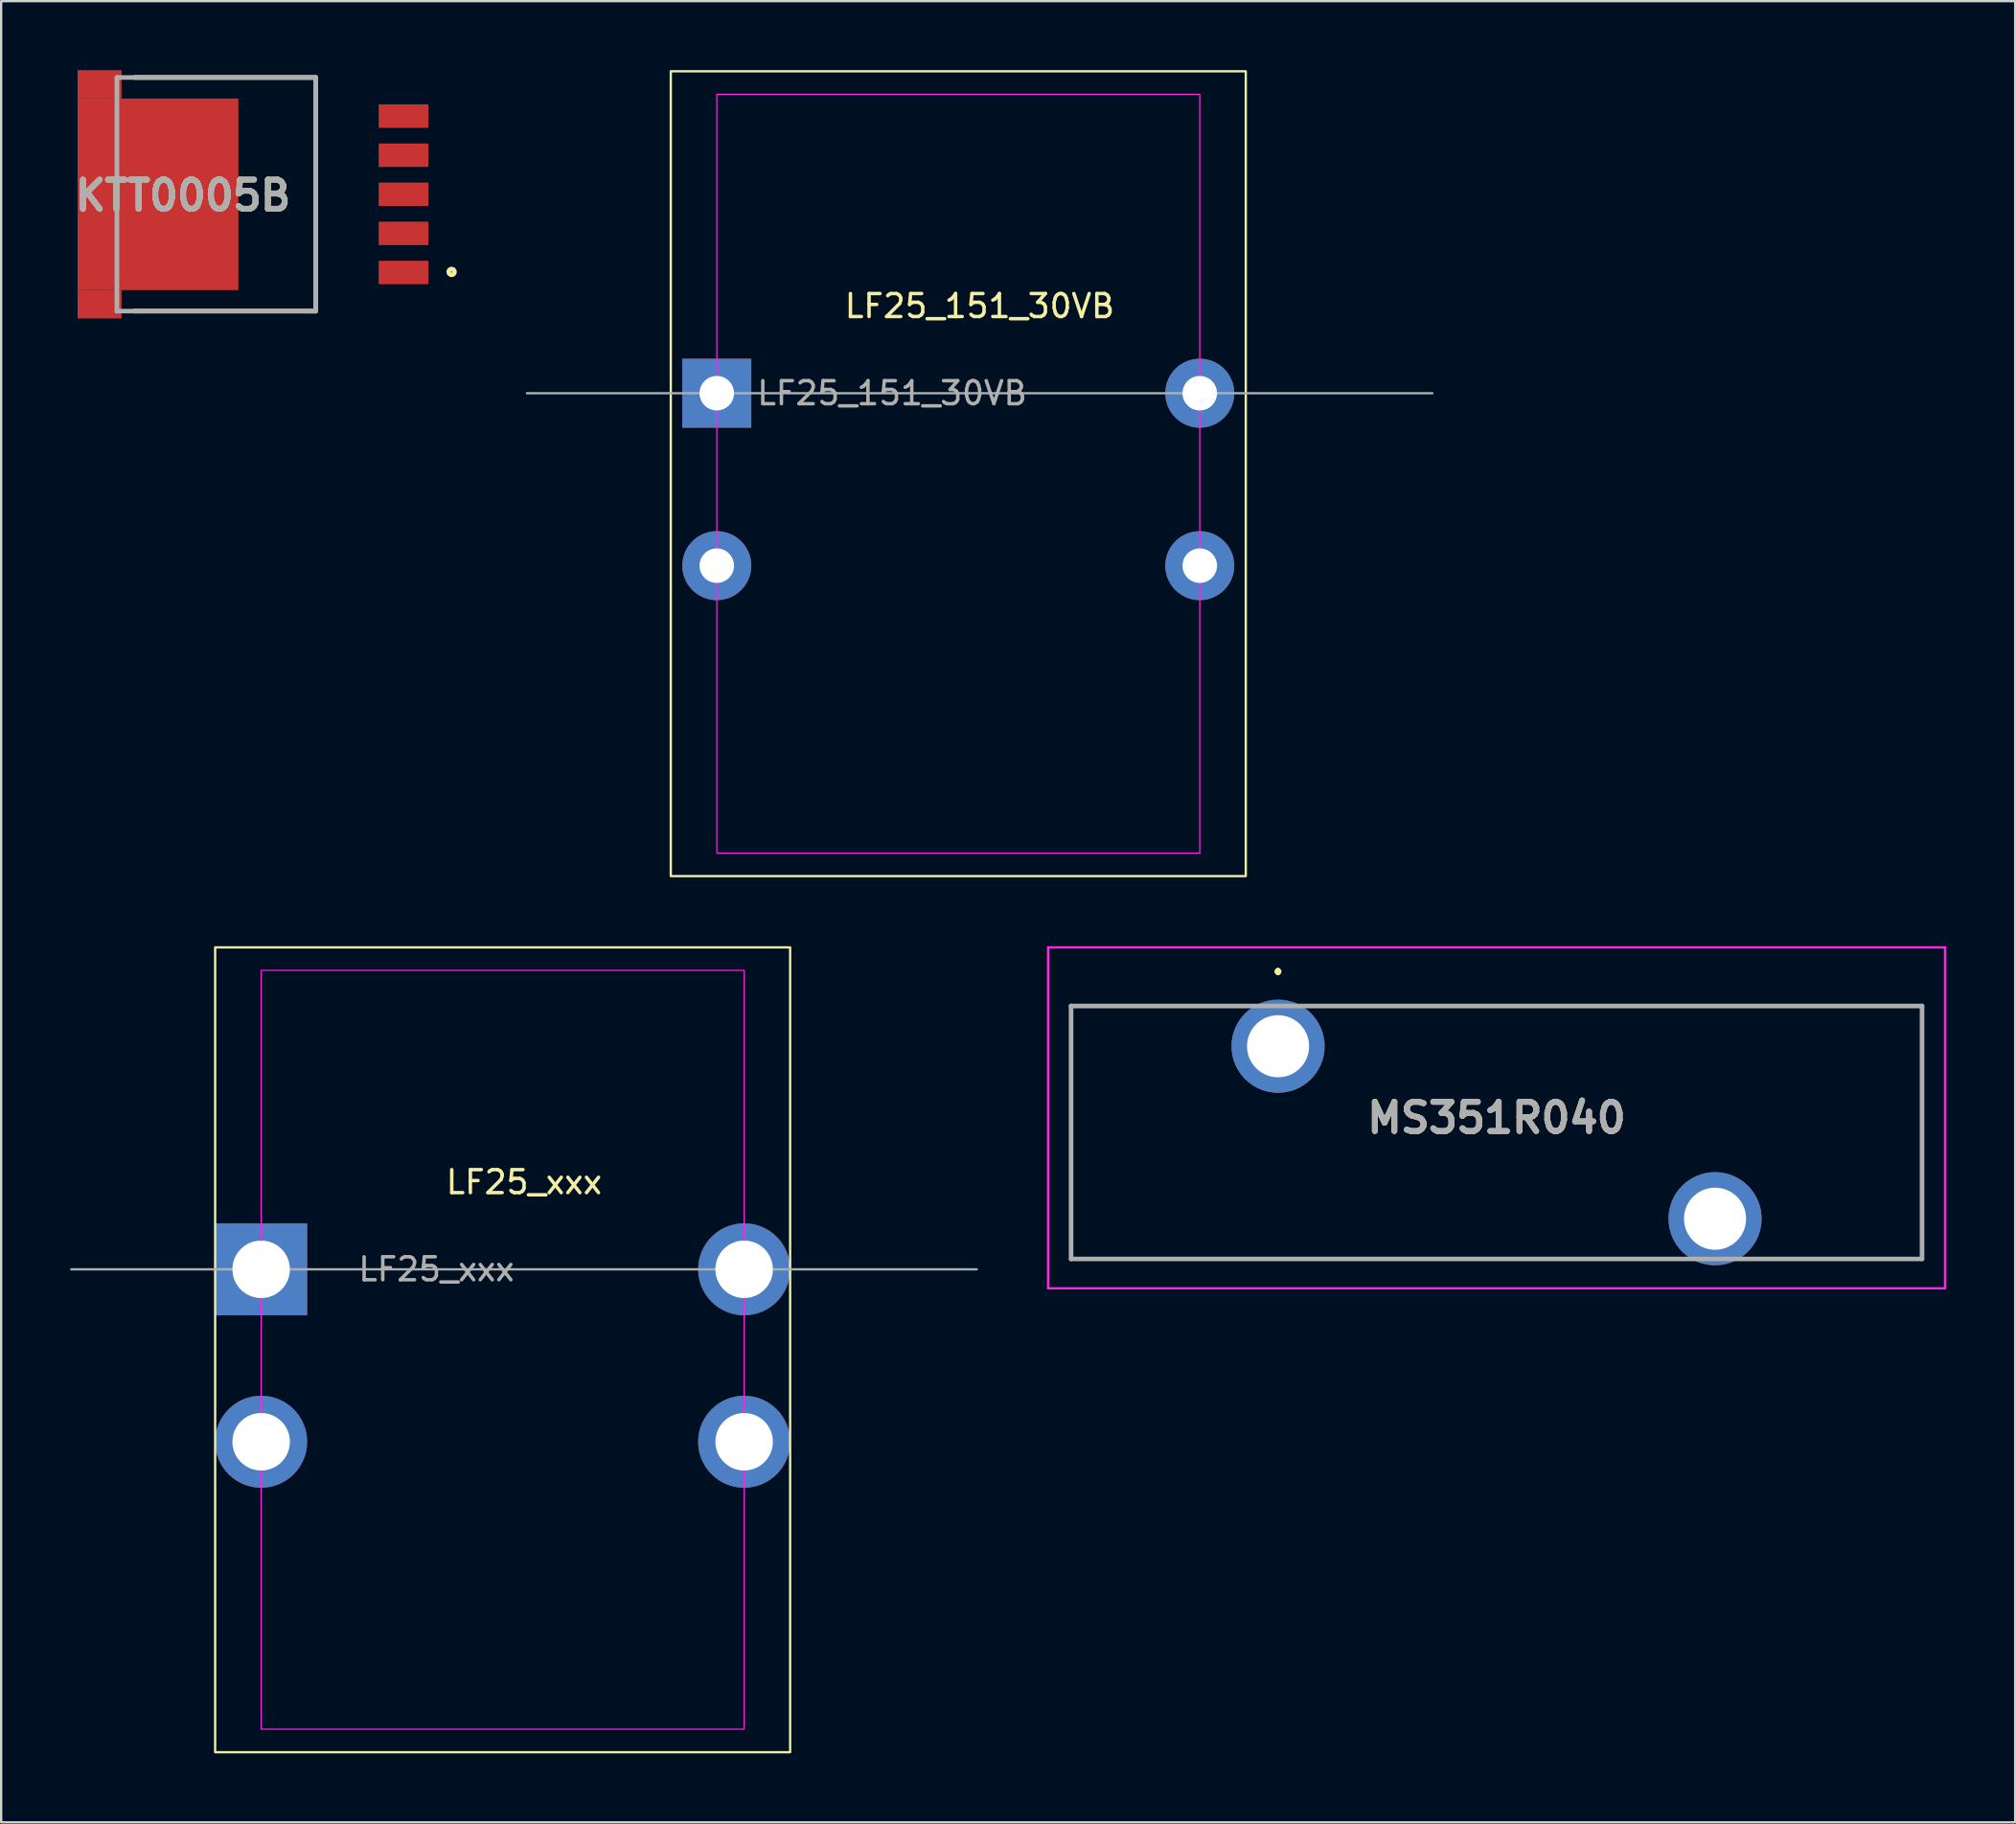
<source format=kicad_pcb>
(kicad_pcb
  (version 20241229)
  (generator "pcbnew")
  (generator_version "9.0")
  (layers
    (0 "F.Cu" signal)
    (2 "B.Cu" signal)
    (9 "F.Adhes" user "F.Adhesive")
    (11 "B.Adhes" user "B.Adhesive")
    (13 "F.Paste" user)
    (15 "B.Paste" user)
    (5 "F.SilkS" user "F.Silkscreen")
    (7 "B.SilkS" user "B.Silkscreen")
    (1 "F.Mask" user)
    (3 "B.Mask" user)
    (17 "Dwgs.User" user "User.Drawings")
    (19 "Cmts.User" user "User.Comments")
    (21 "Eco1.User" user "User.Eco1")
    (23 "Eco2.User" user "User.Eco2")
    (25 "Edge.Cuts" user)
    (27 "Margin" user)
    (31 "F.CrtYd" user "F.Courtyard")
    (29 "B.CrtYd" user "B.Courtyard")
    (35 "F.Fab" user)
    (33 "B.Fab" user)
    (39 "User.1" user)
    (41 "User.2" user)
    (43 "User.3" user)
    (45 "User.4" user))
  (footprint "LF25_xxx"
    (layer "F.Cu")
    (at 8.305 52.15)
    (property "Reference" "LF25_xxx" (at 11.43 -3.79 0) (layer "F.SilkS") (effects (font (size 1 1) (thickness 0.15))))
    (property "MF" "" (at 0 0 0) (unlocked yes) (layer "F.SilkS") (effects (font (size 1 1) (thickness 0.1))))
    (attr through_hole)
    (fp_rect (start -2 -14) (end 23 21) (stroke (width 0.1) (type default)) (fill no) (layer "F.SilkS"))
    (fp_rect (start 0 -13) (end 21 20) (stroke (width 0.05) (type default)) (fill no) (layer "F.CrtYd"))
    (fp_line (start 31.115 0) (end -8.255 0) (stroke (width 0.1) (type solid)) (layer "F.Fab"))
    (fp_text user "${REFERENCE}" (at 7.62 0 0) (layer "F.Fab") (effects (font (size 1 1) (thickness 0.15))))
    (pad "1" thru_hole rect (at 0 0) (size 4 4) (drill 2.5) (layers "*.Cu" "*.Mask"))
    (pad "2" thru_hole circle (at 0 7.5) (size 4 4) (drill 2.5) (layers "*.Cu" "*.Mask"))
    (pad "3" thru_hole circle (at 21 7.5) (size 4 4) (drill 2.5) (layers "*.Cu" "*.Mask"))
    (pad "4" thru_hole circle (at 21 0) (size 4 4) (drill 2.5) (layers "*.Cu" "*.Mask")))
  (footprint "MS351R040"
    (layer "F.Cu")
    (at 52.52 42.45)
    (property "Reference" "MS351R040" (at 9.5 3.113 0) (layer "F.SilkS") (effects (font (size 1.27 1.27) (thickness 0.254))))
    (attr through_hole)
    (fp_line (start -9 -1.75) (end -9 -1.75) (stroke (width 0.1) (type solid)) (layer "F.SilkS"))
    (fp_line (start -9 -1.75) (end -9 -1.75) (stroke (width 0.1) (type solid)) (layer "F.SilkS"))
    (fp_line (start -9 -1.75) (end -9 9.25) (stroke (width 0.1) (type solid)) (layer "F.SilkS"))
    (fp_line (start -9 -1.75) (end -2.5 -1.75) (stroke (width 0.1) (type solid)) (layer "F.SilkS"))
    (fp_line (start -9 9.25) (end -9 -1.75) (stroke (width 0.1) (type solid)) (layer "F.SilkS"))
    (fp_line (start -9 9.25) (end -9 9.25) (stroke (width 0.1) (type solid)) (layer "F.SilkS"))
    (fp_line (start -9 9.25) (end -9 9.25) (stroke (width 0.1) (type solid)) (layer "F.SilkS"))
    (fp_line (start -9 9.25) (end 16.5 9.25) (stroke (width 0.1) (type solid)) (layer "F.SilkS"))
    (fp_line (start -2.5 -1.75) (end -9 -1.75) (stroke (width 0.1) (type solid)) (layer "F.SilkS"))
    (fp_line (start -2.5 -1.75) (end -2.5 -1.75) (stroke (width 0.1) (type solid)) (layer "F.SilkS"))
    (fp_line (start 0 -3.3) (end 0 -3.3) (stroke (width 0.2) (type solid)) (layer "F.SilkS"))
    (fp_line (start 0 -3.3) (end 0 -3.3) (stroke (width 0.2) (type solid)) (layer "F.SilkS"))
    (fp_line (start 0 -3.2) (end 0 -3.2) (stroke (width 0.2) (type solid)) (layer "F.SilkS"))
    (fp_line (start 2.5 -1.75) (end 2.5 -1.75) (stroke (width 0.1) (type solid)) (layer "F.SilkS"))
    (fp_line (start 2.5 -1.75) (end 28 -1.75) (stroke (width 0.1) (type solid)) (layer "F.SilkS"))
    (fp_line (start 16.5 9.25) (end -9 9.25) (stroke (width 0.1) (type solid)) (layer "F.SilkS"))
    (fp_line (start 16.5 9.25) (end 16.5 9.25) (stroke (width 0.1) (type solid)) (layer "F.SilkS"))
    (fp_line (start 21.5 9.25) (end 21.5 9.25) (stroke (width 0.1) (type solid)) (layer "F.SilkS"))
    (fp_line (start 21.5 9.25) (end 28 9.25) (stroke (width 0.1) (type solid)) (layer "F.SilkS"))
    (fp_line (start 28 -1.75) (end 2.5 -1.75) (stroke (width 0.1) (type solid)) (layer "F.SilkS"))
    (fp_line (start 28 -1.75) (end 28 -1.75) (stroke (width 0.1) (type solid)) (layer "F.SilkS"))
    (fp_line (start 28 -1.75) (end 28 -1.75) (stroke (width 0.1) (type solid)) (layer "F.SilkS"))
    (fp_line (start 28 -1.75) (end 28 9.25) (stroke (width 0.1) (type solid)) (layer "F.SilkS"))
    (fp_line (start 28 9.25) (end 21.5 9.25) (stroke (width 0.1) (type solid)) (layer "F.SilkS"))
    (fp_line (start 28 9.25) (end 28 -1.75) (stroke (width 0.1) (type solid)) (layer "F.SilkS"))
    (fp_line (start 28 9.25) (end 28 9.25) (stroke (width 0.1) (type solid)) (layer "F.SilkS"))
    (fp_line (start 28 9.25) (end 28 9.25) (stroke (width 0.1) (type solid)) (layer "F.SilkS"))
    (fp_arc (start 0 -3.3) (mid 0.05 -3.25) (end 0 -3.2) (stroke (width 0.2) (type solid)) (layer "F.SilkS"))
    (fp_arc (start 0 -3.2) (mid -0.05 -3.25) (end 0 -3.3) (stroke (width 0.2) (type solid)) (layer "F.SilkS"))
    (fp_arc (start 0 -3.2) (mid -0.05 -3.25) (end 0 -3.3) (stroke (width 0.2) (type solid)) (layer "F.SilkS"))
    (fp_line (start -10 -4.3) (end 29 -4.3) (stroke (width 0.1) (type solid)) (layer "F.CrtYd"))
    (fp_line (start -10 10.525) (end -10 -4.3) (stroke (width 0.1) (type solid)) (layer "F.CrtYd"))
    (fp_line (start 29 -4.3) (end 29 10.525) (stroke (width 0.1) (type solid)) (layer "F.CrtYd"))
    (fp_line (start 29 10.525) (end -10 10.525) (stroke (width 0.1) (type solid)) (layer "F.CrtYd"))
    (fp_line (start -9 -1.75) (end -9 9.25) (stroke (width 0.2) (type solid)) (layer "F.Fab"))
    (fp_line (start -9 9.25) (end 28 9.25) (stroke (width 0.2) (type solid)) (layer "F.Fab"))
    (fp_line (start 28 -1.75) (end -9 -1.75) (stroke (width 0.2) (type solid)) (layer "F.Fab"))
    (fp_line (start 28 9.25) (end 28 -1.75) (stroke (width 0.2) (type solid)) (layer "F.Fab"))
    (fp_text user "${REFERENCE}" (at 9.5 3.113 0) (layer "F.Fab") (effects (font (size 1.27 1.27) (thickness 0.254))))
    (pad "1" thru_hole circle (at 0 0) (size 4.05 4.05) (drill 2.7) (layers "*.Cu" "*.Mask"))
    (pad "2" thru_hole circle (at 19 7.5) (size 4.05 4.05) (drill 2.7) (layers "*.Cu" "*.Mask")))
  (footprint "LF25_151_30VB"
    (layer "F.Cu")
    (at 28.116 14.05)
    (property "Reference" "LF25_151_30VB" (at 11.43 -3.79 0) (layer "F.SilkS") (effects (font (size 1 1) (thickness 0.15))))
    (property "MF" "" (at 0 0 0) (unlocked yes) (layer "F.SilkS") (effects (font (size 1 1) (thickness 0.1))))
    (attr through_hole)
    (fp_rect (start -2 -14) (end 23 21) (stroke (width 0.1) (type default)) (fill no) (layer "F.SilkS"))
    (fp_rect (start 0 -13) (end 21 20) (stroke (width 0.05) (type default)) (fill no) (layer "F.CrtYd"))
    (fp_line (start 31.115 0) (end -8.255 0) (stroke (width 0.1) (type solid)) (layer "F.Fab"))
    (fp_text user "${REFERENCE}" (at 7.62 0 0) (layer "F.Fab") (effects (font (size 1 1) (thickness 0.15))))
    (pad "1" thru_hole rect (at 0 0) (size 3 3) (drill 1.5) (layers "*.Cu" "*.Mask"))
    (pad "2" thru_hole circle (at 0 7.5) (size 3 3) (drill 1.5) (layers "*.Cu" "*.Mask"))
    (pad "3" thru_hole circle (at 21 7.5) (size 3 3) (drill 1.5) (layers "*.Cu" "*.Mask"))
    (pad "4" thru_hole circle (at 21 0) (size 3 3) (drill 1.5) (layers "*.Cu" "*.Mask")))
  (footprint "KTT0005B"
    (layer "F.Cu")
    (at 2.034 5.4)
    (property "Reference" "KTT0005B" (at 2.877 0.057 0) (layer "F.SilkS") (effects (font (size 1.27 1.27) (thickness 0.254))))
    (attr smd)
    (fp_line (start 8.64 -5.08) (end 0.756 -5.08) (stroke (width 0.2) (type solid)) (layer "F.SilkS"))
    (fp_line (start 8.64 5.08) (end 0.756 5.08) (stroke (width 0.2) (type solid)) (layer "F.SilkS"))
    (fp_line (start 8.64 5.08) (end 8.64 -5.08) (stroke (width 0.2) (type solid)) (layer "F.SilkS"))
    (fp_circle (center 14.551 3.375) (end 14.551 3.501) (stroke (width 0.2) (type solid)) (fill no) (layer "F.SilkS"))
    (fp_line (start 0 -5.08) (end 8.64 -5.08) (stroke (width 0.2) (type solid)) (layer "F.Fab"))
    (fp_line (start 0 5.08) (end 0 -5.08) (stroke (width 0.2) (type solid)) (layer "F.Fab"))
    (fp_line (start 8.64 -5.08) (end 8.64 5.08) (stroke (width 0.2) (type solid)) (layer "F.Fab"))
    (fp_line (start 8.64 5.08) (end 0 5.08) (stroke (width 0.2) (type solid)) (layer "F.Fab"))
    (fp_text user "${REFERENCE}" (at 2.877 0.057 0) (layer "F.Fab") (effects (font (size 1.27 1.27) (thickness 0.254))))
    (pad "1" smd rect (at 12.461 3.4 90) (size 1.02 2.16) (layers "F.Cu" "F.Mask" "F.Paste"))
    (pad "2" smd rect (at 12.461 1.7 90) (size 1.02 2.16) (layers "F.Cu" "F.Mask" "F.Paste"))
    (pad "3" smd rect (at 12.461 0 90) (size 1.02 2.16) (layers "F.Cu" "F.Mask" "F.Paste"))
    (pad "4" smd rect (at 12.461 -1.7 90) (size 1.02 2.16) (layers "F.Cu" "F.Mask" "F.Paste"))
    (pad "5" smd rect (at 12.461 -3.4 90) (size 1.02 2.16) (layers "F.Cu" "F.Mask" "F.Paste"))
    (pad "6" smd rect (at 1.786 0) (size 6.99 8.33) (layers "F.Cu" "F.Mask" "F.Paste"))
    (pad "7" smd rect (at -0.754 -4.782 90) (size 1.235 1.91) (layers "F.Cu" "F.Mask" "F.Paste"))
    (pad "8" smd rect (at -0.754 4.782 90) (size 1.235 1.91) (layers "F.Cu" "F.Mask" "F.Paste")))
  (gr_rect
    (start -3 -3)
    (end 84.57 76.2)
    (stroke (width 0.1) (type default))
    (fill no)
    (layer "Edge.Cuts")))
</source>
